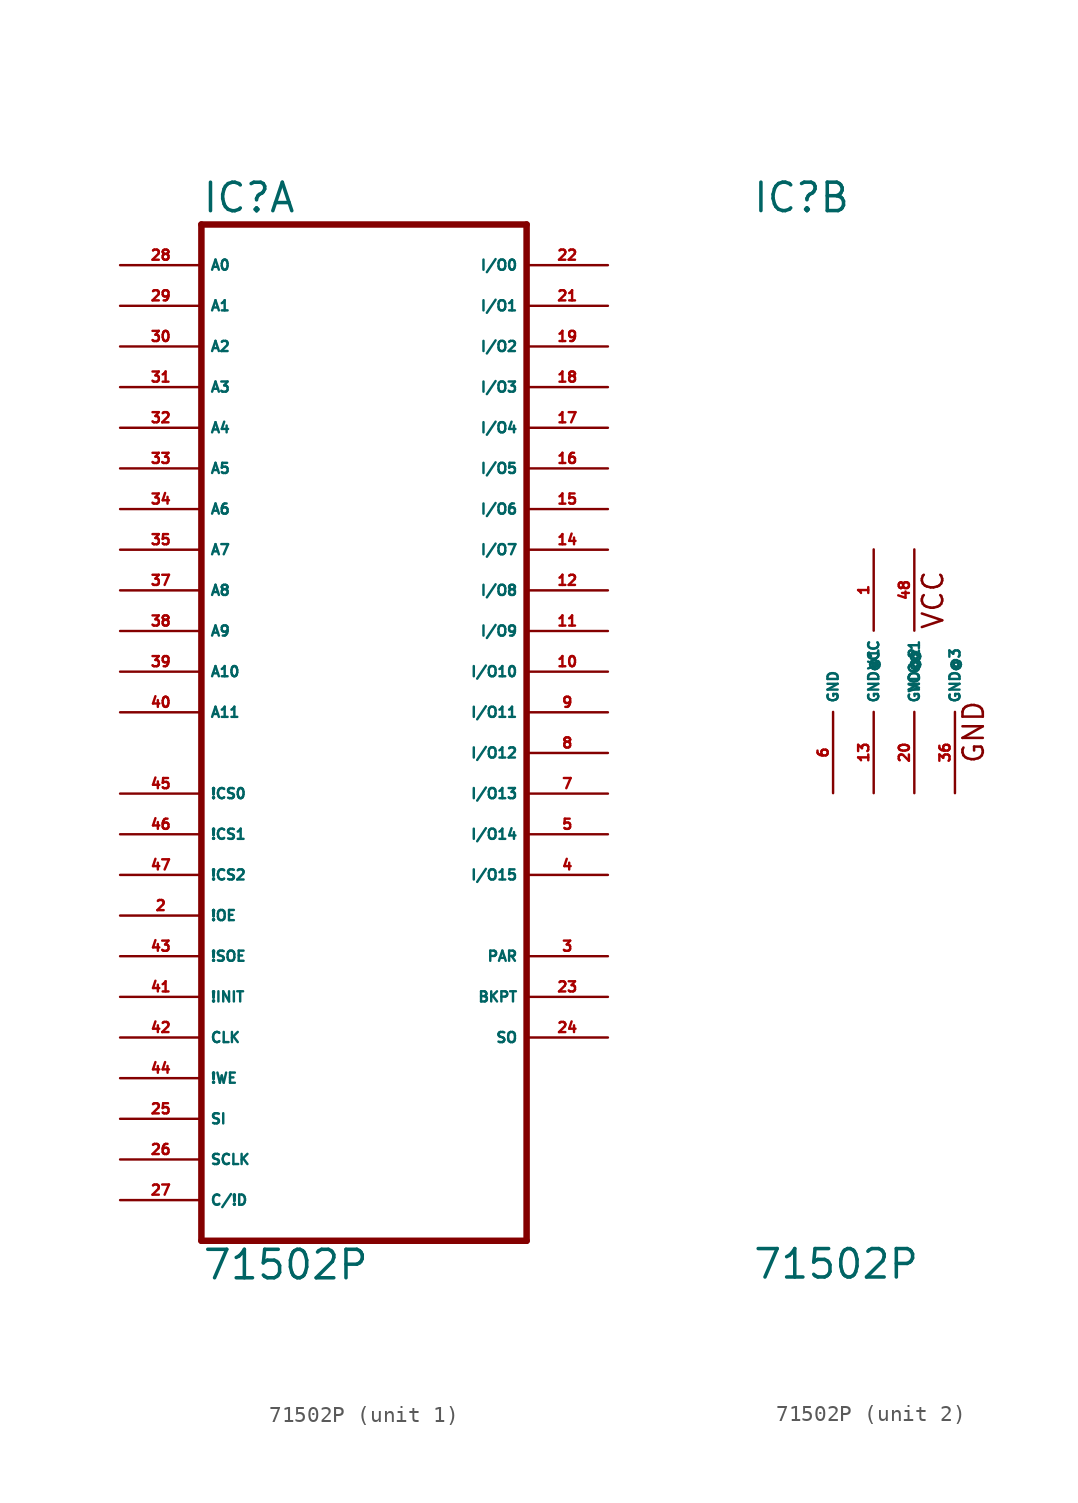
<source format=kicad_sym>
(kicad_symbol_lib
  (version 20220914)
  (generator Eagle2Kicad)
  (symbol "71502P"
    (property "Reference" "IC"
      (at -7.62 28.575 0)
      (effects (font (size 1.778 1.778) (thickness 0.22)) (justify left bottom)))
    (property "Value" "71502P"
      (at -7.62 -38.1 0)
      (effects (font (size 1.778 1.778) (thickness 0.22)) (justify left bottom)))
    (symbol "71502P_1_0"
      (polyline (pts (xy -7.62 -35.56) (xy 12.7 -35.56)) (stroke (width 0.406) (type default)) (fill (type none)))
      (polyline (pts (xy 12.7 -35.56) (xy 12.7 27.94)) (stroke (width 0.406) (type default)) (fill (type none)))
      (polyline (pts (xy 12.7 27.94) (xy -7.62 27.94)) (stroke (width 0.406) (type default)) (fill (type none)))
      (polyline (pts (xy -7.62 27.94) (xy -7.62 -35.56)) (stroke (width 0.406) (type default)) (fill (type none)))
      (pin input line (at -12.7 25.4 0) (length 5.08) (name "A0" (effects (font (size 0.635 0.635) (thickness 0.08)) (justify left bottom))) (number "28" (effects (font (size 0.635 0.635) (thickness 0.08)) (justify left bottom))))
      (pin input line (at -12.7 22.86 0) (length 5.08) (name "A1" (effects (font (size 0.635 0.635) (thickness 0.08)) (justify left bottom))) (number "29" (effects (font (size 0.635 0.635) (thickness 0.08)) (justify left bottom))))
      (pin input line (at -12.7 20.32 0) (length 5.08) (name "A2" (effects (font (size 0.635 0.635) (thickness 0.08)) (justify left bottom))) (number "30" (effects (font (size 0.635 0.635) (thickness 0.08)) (justify left bottom))))
      (pin input line (at -12.7 17.78 0) (length 5.08) (name "A3" (effects (font (size 0.635 0.635) (thickness 0.08)) (justify left bottom))) (number "31" (effects (font (size 0.635 0.635) (thickness 0.08)) (justify left bottom))))
      (pin input line (at -12.7 15.24 0) (length 5.08) (name "A4" (effects (font (size 0.635 0.635) (thickness 0.08)) (justify left bottom))) (number "32" (effects (font (size 0.635 0.635) (thickness 0.08)) (justify left bottom))))
      (pin input line (at -12.7 12.7 0) (length 5.08) (name "A5" (effects (font (size 0.635 0.635) (thickness 0.08)) (justify left bottom))) (number "33" (effects (font (size 0.635 0.635) (thickness 0.08)) (justify left bottom))))
      (pin input line (at -12.7 10.16 0) (length 5.08) (name "A6" (effects (font (size 0.635 0.635) (thickness 0.08)) (justify left bottom))) (number "34" (effects (font (size 0.635 0.635) (thickness 0.08)) (justify left bottom))))
      (pin input line (at -12.7 7.62 0) (length 5.08) (name "A7" (effects (font (size 0.635 0.635) (thickness 0.08)) (justify left bottom))) (number "35" (effects (font (size 0.635 0.635) (thickness 0.08)) (justify left bottom))))
      (pin input line (at -12.7 5.08 0) (length 5.08) (name "A8" (effects (font (size 0.635 0.635) (thickness 0.08)) (justify left bottom))) (number "37" (effects (font (size 0.635 0.635) (thickness 0.08)) (justify left bottom))))
      (pin input line (at -12.7 2.54 0) (length 5.08) (name "A9" (effects (font (size 0.635 0.635) (thickness 0.08)) (justify left bottom))) (number "38" (effects (font (size 0.635 0.635) (thickness 0.08)) (justify left bottom))))
      (pin input line (at -12.7 0 0) (length 5.08) (name "A10" (effects (font (size 0.635 0.635) (thickness 0.08)) (justify left bottom))) (number "39" (effects (font (size 0.635 0.635) (thickness 0.08)) (justify left bottom))))
      (pin input line (at -12.7 -2.54 0) (length 5.08) (name "A11" (effects (font (size 0.635 0.635) (thickness 0.08)) (justify left bottom))) (number "40" (effects (font (size 0.635 0.635) (thickness 0.08)) (justify left bottom))))
      (pin bidirectional line (at 17.78 22.86 180) (length 5.08) (name "I/O1" (effects (font (size 0.635 0.635) (thickness 0.08)) (justify left bottom))) (number "21" (effects (font (size 0.635 0.635) (thickness 0.08)) (justify left bottom))))
      (pin bidirectional line (at 17.78 20.32 180) (length 5.08) (name "I/O2" (effects (font (size 0.635 0.635) (thickness 0.08)) (justify left bottom))) (number "19" (effects (font (size 0.635 0.635) (thickness 0.08)) (justify left bottom))))
      (pin bidirectional line (at 17.78 17.78 180) (length 5.08) (name "I/O3" (effects (font (size 0.635 0.635) (thickness 0.08)) (justify left bottom))) (number "18" (effects (font (size 0.635 0.635) (thickness 0.08)) (justify left bottom))))
      (pin bidirectional line (at 17.78 15.24 180) (length 5.08) (name "I/O4" (effects (font (size 0.635 0.635) (thickness 0.08)) (justify left bottom))) (number "17" (effects (font (size 0.635 0.635) (thickness 0.08)) (justify left bottom))))
      (pin bidirectional line (at 17.78 12.7 180) (length 5.08) (name "I/O5" (effects (font (size 0.635 0.635) (thickness 0.08)) (justify left bottom))) (number "16" (effects (font (size 0.635 0.635) (thickness 0.08)) (justify left bottom))))
      (pin bidirectional line (at 17.78 10.16 180) (length 5.08) (name "I/O6" (effects (font (size 0.635 0.635) (thickness 0.08)) (justify left bottom))) (number "15" (effects (font (size 0.635 0.635) (thickness 0.08)) (justify left bottom))))
      (pin bidirectional line (at 17.78 7.62 180) (length 5.08) (name "I/O7" (effects (font (size 0.635 0.635) (thickness 0.08)) (justify left bottom))) (number "14" (effects (font (size 0.635 0.635) (thickness 0.08)) (justify left bottom))))
      (pin bidirectional line (at 17.78 5.08 180) (length 5.08) (name "I/O8" (effects (font (size 0.635 0.635) (thickness 0.08)) (justify left bottom))) (number "12" (effects (font (size 0.635 0.635) (thickness 0.08)) (justify left bottom))))
      (pin bidirectional line (at 17.78 2.54 180) (length 5.08) (name "I/O9" (effects (font (size 0.635 0.635) (thickness 0.08)) (justify left bottom))) (number "11" (effects (font (size 0.635 0.635) (thickness 0.08)) (justify left bottom))))
      (pin bidirectional line (at 17.78 0 180) (length 5.08) (name "I/O10" (effects (font (size 0.635 0.635) (thickness 0.08)) (justify left bottom))) (number "10" (effects (font (size 0.635 0.635) (thickness 0.08)) (justify left bottom))))
      (pin bidirectional line (at 17.78 -2.54 180) (length 5.08) (name "I/O11" (effects (font (size 0.635 0.635) (thickness 0.08)) (justify left bottom))) (number "9" (effects (font (size 0.635 0.635) (thickness 0.08)) (justify left bottom))))
      (pin bidirectional line (at 17.78 -5.08 180) (length 5.08) (name "I/O12" (effects (font (size 0.635 0.635) (thickness 0.08)) (justify left bottom))) (number "8" (effects (font (size 0.635 0.635) (thickness 0.08)) (justify left bottom))))
      (pin bidirectional line (at 17.78 -7.62 180) (length 5.08) (name "I/O13" (effects (font (size 0.635 0.635) (thickness 0.08)) (justify left bottom))) (number "7" (effects (font (size 0.635 0.635) (thickness 0.08)) (justify left bottom))))
      (pin bidirectional line (at 17.78 -10.16 180) (length 5.08) (name "I/O14" (effects (font (size 0.635 0.635) (thickness 0.08)) (justify left bottom))) (number "5" (effects (font (size 0.635 0.635) (thickness 0.08)) (justify left bottom))))
      (pin bidirectional line (at 17.78 -12.7 180) (length 5.08) (name "I/O15" (effects (font (size 0.635 0.635) (thickness 0.08)) (justify left bottom))) (number "4" (effects (font (size 0.635 0.635) (thickness 0.08)) (justify left bottom))))
      (pin bidirectional line (at 17.78 25.4 180) (length 5.08) (name "I/O0" (effects (font (size 0.635 0.635) (thickness 0.08)) (justify left bottom))) (number "22" (effects (font (size 0.635 0.635) (thickness 0.08)) (justify left bottom))))
      (pin input line (at -12.7 -7.62 0) (length 5.08) (name "!CS0" (effects (font (size 0.635 0.635) (thickness 0.08)) (justify left bottom))) (number "45" (effects (font (size 0.635 0.635) (thickness 0.08)) (justify left bottom))))
      (pin input line (at -12.7 -10.16 0) (length 5.08) (name "!CS1" (effects (font (size 0.635 0.635) (thickness 0.08)) (justify left bottom))) (number "46" (effects (font (size 0.635 0.635) (thickness 0.08)) (justify left bottom))))
      (pin input line (at -12.7 -12.7 0) (length 5.08) (name "!CS2" (effects (font (size 0.635 0.635) (thickness 0.08)) (justify left bottom))) (number "47" (effects (font (size 0.635 0.635) (thickness 0.08)) (justify left bottom))))
      (pin input line (at -12.7 -15.24 0) (length 5.08) (name "!OE" (effects (font (size 0.635 0.635) (thickness 0.08)) (justify left bottom))) (number "2" (effects (font (size 0.635 0.635) (thickness 0.08)) (justify left bottom))))
      (pin input line (at -12.7 -17.78 0) (length 5.08) (name "!SOE" (effects (font (size 0.635 0.635) (thickness 0.08)) (justify left bottom))) (number "43" (effects (font (size 0.635 0.635) (thickness 0.08)) (justify left bottom))))
      (pin input line (at -12.7 -20.32 0) (length 5.08) (name "!INIT" (effects (font (size 0.635 0.635) (thickness 0.08)) (justify left bottom))) (number "41" (effects (font (size 0.635 0.635) (thickness 0.08)) (justify left bottom))))
      (pin input line (at -12.7 -25.4 0) (length 5.08) (name "!WE" (effects (font (size 0.635 0.635) (thickness 0.08)) (justify left bottom))) (number "44" (effects (font (size 0.635 0.635) (thickness 0.08)) (justify left bottom))))
      (pin input line (at -12.7 -22.86 0) (length 5.08) (name "CLK" (effects (font (size 0.635 0.635) (thickness 0.08)) (justify left bottom))) (number "42" (effects (font (size 0.635 0.635) (thickness 0.08)) (justify left bottom))))
      (pin input line (at -12.7 -27.94 0) (length 5.08) (name "SI" (effects (font (size 0.635 0.635) (thickness 0.08)) (justify left bottom))) (number "25" (effects (font (size 0.635 0.635) (thickness 0.08)) (justify left bottom))))
      (pin input line (at -12.7 -30.48 0) (length 5.08) (name "SCLK" (effects (font (size 0.635 0.635) (thickness 0.08)) (justify left bottom))) (number "26" (effects (font (size 0.635 0.635) (thickness 0.08)) (justify left bottom))))
      (pin input line (at -12.7 -33.02 0) (length 5.08) (name "C/!D" (effects (font (size 0.635 0.635) (thickness 0.08)) (justify left bottom))) (number "27" (effects (font (size 0.635 0.635) (thickness 0.08)) (justify left bottom))))
      (pin output line (at 17.78 -17.78 180) (length 5.08) (name "PAR" (effects (font (size 0.635 0.635) (thickness 0.08)) (justify left bottom))) (number "3" (effects (font (size 0.635 0.635) (thickness 0.08)) (justify left bottom))))
      (pin output line (at 17.78 -20.32 180) (length 5.08) (name "BKPT" (effects (font (size 0.635 0.635) (thickness 0.08)) (justify left bottom))) (number "23" (effects (font (size 0.635 0.635) (thickness 0.08)) (justify left bottom))))
      (pin output line (at 17.78 -22.86 180) (length 5.08) (name "SO" (effects (font (size 0.635 0.635) (thickness 0.08)) (justify left bottom))) (number "24" (effects (font (size 0.635 0.635) (thickness 0.08)) (justify left bottom)))))
    (symbol "71502P_2_0"
      (text "GND" (at 6.985 -5.842 900) (effects (font (size 1.27 1.27) (thickness 0.16)) (justify left bottom)))
      (text "VCC" (at 4.445 2.54 900) (effects (font (size 1.27 1.27) (thickness 0.16)) (justify left bottom)))
      (pin unspecified line (at 0 7.62 270) (length 5.08) (name "VCC" (effects (font (size 0.635 0.635) (thickness 0.08)) (justify left bottom))) (number "1" (effects (font (size 0.635 0.635) (thickness 0.08)) (justify left bottom))))
      (pin unspecified line (at -2.54 -7.62 90) (length 5.08) (name "GND" (effects (font (size 0.635 0.635) (thickness 0.08)) (justify left bottom))) (number "6" (effects (font (size 0.635 0.635) (thickness 0.08)) (justify left bottom))))
      (pin unspecified line (at 2.54 7.62 270) (length 5.08) (name "VCC@1" (effects (font (size 0.635 0.635) (thickness 0.08)) (justify left bottom))) (number "48" (effects (font (size 0.635 0.635) (thickness 0.08)) (justify left bottom))))
      (pin unspecified line (at 0 -7.62 90) (length 5.08) (name "GND@1" (effects (font (size 0.635 0.635) (thickness 0.08)) (justify left bottom))) (number "13" (effects (font (size 0.635 0.635) (thickness 0.08)) (justify left bottom))))
      (pin unspecified line (at 2.54 -7.62 90) (length 5.08) (name "GND@2" (effects (font (size 0.635 0.635) (thickness 0.08)) (justify left bottom))) (number "20" (effects (font (size 0.635 0.635) (thickness 0.08)) (justify left bottom))))
      (pin unspecified line (at 5.08 -7.62 90) (length 5.08) (name "GND@3" (effects (font (size 0.635 0.635) (thickness 0.08)) (justify left bottom))) (number "36" (effects (font (size 0.635 0.635) (thickness 0.08)) (justify left bottom)))))))
</source>
